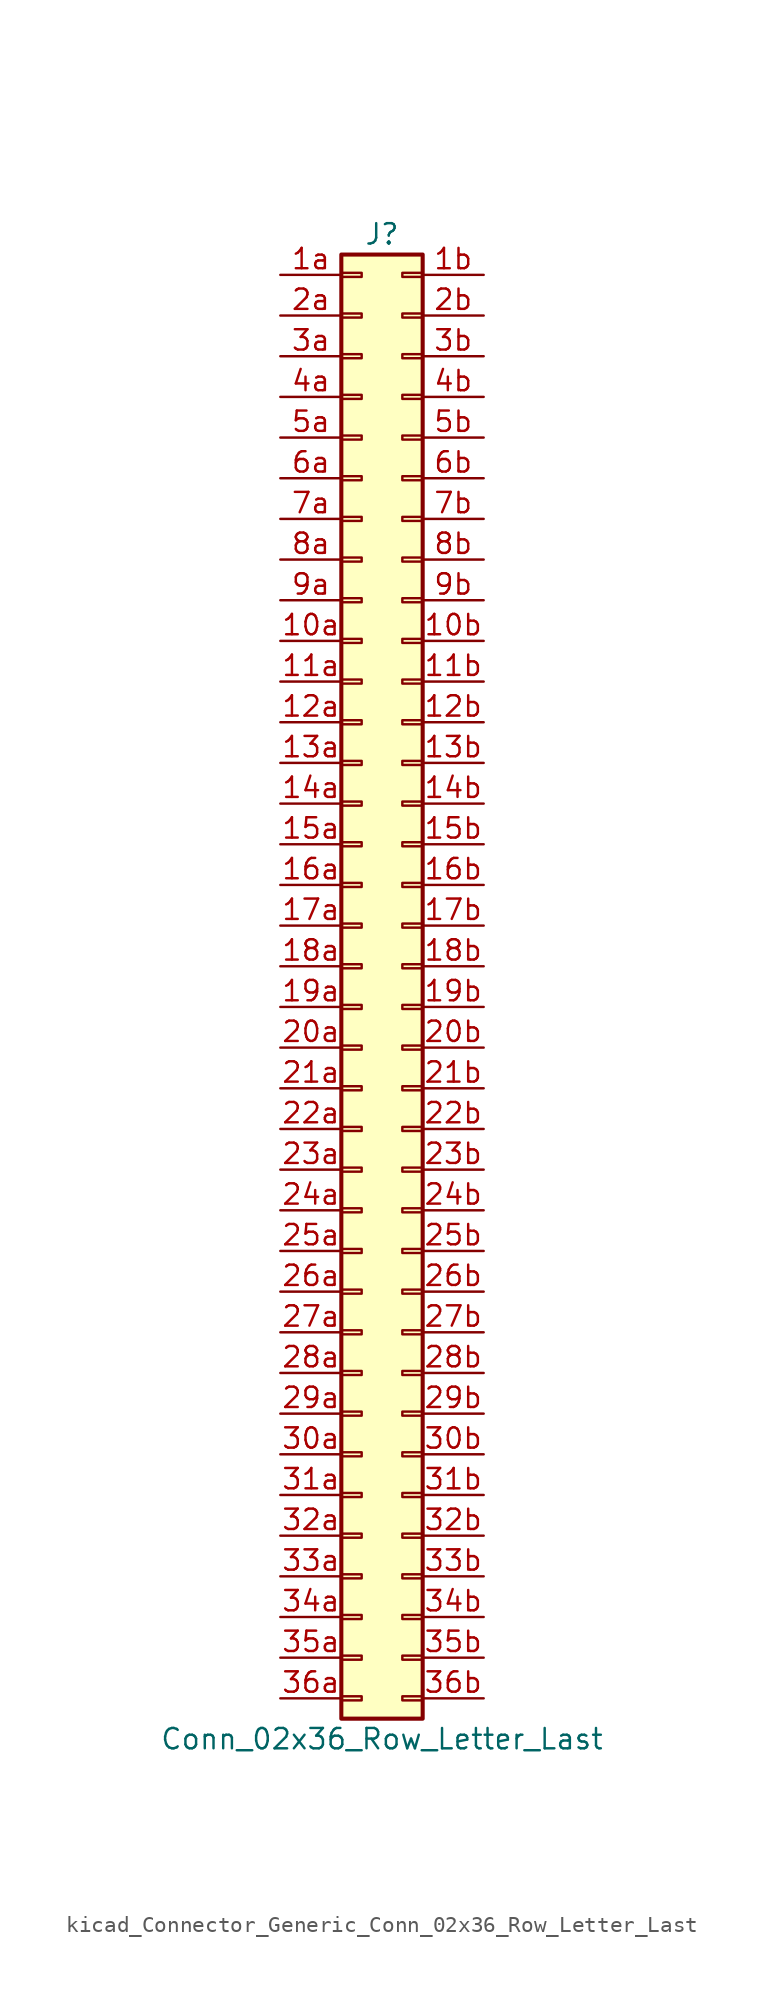
<source format=kicad_sym>
(kicad_symbol_lib
  (version 20220914)
  (generator kicad_symbol_editor)
  (symbol "kicad_Connector_Generic_Conn_02x36_Row_Letter_Last"
    (pin_names
      (offset 1.016) hide)
    (property "Reference" "J"
      (at 1.27 45.72 0)
      (effects (font (size 1.27 1.27))))
    (property "Value" "Conn_02x36_Row_Letter_Last"
      (at 1.27 -48.26 0)
      (effects (font (size 1.27 1.27))))
    (symbol "kicad_Connector_Generic_Conn_02x36_Row_Letter_Last_1_1"
      (rectangle (start -1.27 -45.593) (end 0 -45.847) (stroke (width 0.152) (type default)) (fill (type none)))
      (rectangle (start -1.27 -43.053) (end 0 -43.307) (stroke (width 0.152) (type default)) (fill (type none)))
      (rectangle (start -1.27 -40.513) (end 0 -40.767) (stroke (width 0.152) (type default)) (fill (type none)))
      (rectangle (start -1.27 -37.973) (end 0 -38.227) (stroke (width 0.152) (type default)) (fill (type none)))
      (rectangle (start -1.27 -35.433) (end 0 -35.687) (stroke (width 0.152) (type default)) (fill (type none)))
      (rectangle (start -1.27 -32.893) (end 0 -33.147) (stroke (width 0.152) (type default)) (fill (type none)))
      (rectangle (start -1.27 -30.353) (end 0 -30.607) (stroke (width 0.152) (type default)) (fill (type none)))
      (rectangle (start -1.27 -27.813) (end 0 -28.067) (stroke (width 0.152) (type default)) (fill (type none)))
      (rectangle (start -1.27 -25.273) (end 0 -25.527) (stroke (width 0.152) (type default)) (fill (type none)))
      (rectangle (start -1.27 -22.733) (end 0 -22.987) (stroke (width 0.152) (type default)) (fill (type none)))
      (rectangle (start -1.27 -20.193) (end 0 -20.447) (stroke (width 0.152) (type default)) (fill (type none)))
      (rectangle (start -1.27 -17.653) (end 0 -17.907) (stroke (width 0.152) (type default)) (fill (type none)))
      (rectangle (start -1.27 -15.113) (end 0 -15.367) (stroke (width 0.152) (type default)) (fill (type none)))
      (rectangle (start -1.27 -12.573) (end 0 -12.827) (stroke (width 0.152) (type default)) (fill (type none)))
      (rectangle (start -1.27 -10.033) (end 0 -10.287) (stroke (width 0.152) (type default)) (fill (type none)))
      (rectangle (start -1.27 -7.493) (end 0 -7.747) (stroke (width 0.152) (type default)) (fill (type none)))
      (rectangle (start -1.27 -4.953) (end 0 -5.207) (stroke (width 0.152) (type default)) (fill (type none)))
      (rectangle (start -1.27 -2.413) (end 0 -2.667) (stroke (width 0.152) (type default)) (fill (type none)))
      (rectangle (start -1.27 0.127) (end 0 -0.127) (stroke (width 0.152) (type default)) (fill (type none)))
      (rectangle (start -1.27 2.667) (end 0 2.413) (stroke (width 0.152) (type default)) (fill (type none)))
      (rectangle (start -1.27 5.207) (end 0 4.953) (stroke (width 0.152) (type default)) (fill (type none)))
      (rectangle (start -1.27 7.747) (end 0 7.493) (stroke (width 0.152) (type default)) (fill (type none)))
      (rectangle (start -1.27 10.287) (end 0 10.033) (stroke (width 0.152) (type default)) (fill (type none)))
      (rectangle (start -1.27 12.827) (end 0 12.573) (stroke (width 0.152) (type default)) (fill (type none)))
      (rectangle (start -1.27 15.367) (end 0 15.113) (stroke (width 0.152) (type default)) (fill (type none)))
      (rectangle (start -1.27 17.907) (end 0 17.653) (stroke (width 0.152) (type default)) (fill (type none)))
      (rectangle (start -1.27 20.447) (end 0 20.193) (stroke (width 0.152) (type default)) (fill (type none)))
      (rectangle (start -1.27 22.987) (end 0 22.733) (stroke (width 0.152) (type default)) (fill (type none)))
      (rectangle (start -1.27 25.527) (end 0 25.273) (stroke (width 0.152) (type default)) (fill (type none)))
      (rectangle (start -1.27 28.067) (end 0 27.813) (stroke (width 0.152) (type default)) (fill (type none)))
      (rectangle (start -1.27 30.607) (end 0 30.353) (stroke (width 0.152) (type default)) (fill (type none)))
      (rectangle (start -1.27 33.147) (end 0 32.893) (stroke (width 0.152) (type default)) (fill (type none)))
      (rectangle (start -1.27 35.687) (end 0 35.433) (stroke (width 0.152) (type default)) (fill (type none)))
      (rectangle (start -1.27 38.227) (end 0 37.973) (stroke (width 0.152) (type default)) (fill (type none)))
      (rectangle (start -1.27 40.767) (end 0 40.513) (stroke (width 0.152) (type default)) (fill (type none)))
      (rectangle (start -1.27 43.307) (end 0 43.053) (stroke (width 0.152) (type default)) (fill (type none)))
      (rectangle (start -1.27 44.45) (end 3.81 -46.99) (stroke (width 0.254) (type default)) (fill (type background)))
      (rectangle (start 3.81 -45.593) (end 2.54 -45.847) (stroke (width 0.152) (type default)) (fill (type none)))
      (rectangle (start 3.81 -43.053) (end 2.54 -43.307) (stroke (width 0.152) (type default)) (fill (type none)))
      (rectangle (start 3.81 -40.513) (end 2.54 -40.767) (stroke (width 0.152) (type default)) (fill (type none)))
      (rectangle (start 3.81 -37.973) (end 2.54 -38.227) (stroke (width 0.152) (type default)) (fill (type none)))
      (rectangle (start 3.81 -35.433) (end 2.54 -35.687) (stroke (width 0.152) (type default)) (fill (type none)))
      (rectangle (start 3.81 -32.893) (end 2.54 -33.147) (stroke (width 0.152) (type default)) (fill (type none)))
      (rectangle (start 3.81 -30.353) (end 2.54 -30.607) (stroke (width 0.152) (type default)) (fill (type none)))
      (rectangle (start 3.81 -27.813) (end 2.54 -28.067) (stroke (width 0.152) (type default)) (fill (type none)))
      (rectangle (start 3.81 -25.273) (end 2.54 -25.527) (stroke (width 0.152) (type default)) (fill (type none)))
      (rectangle (start 3.81 -22.733) (end 2.54 -22.987) (stroke (width 0.152) (type default)) (fill (type none)))
      (rectangle (start 3.81 -20.193) (end 2.54 -20.447) (stroke (width 0.152) (type default)) (fill (type none)))
      (rectangle (start 3.81 -17.653) (end 2.54 -17.907) (stroke (width 0.152) (type default)) (fill (type none)))
      (rectangle (start 3.81 -15.113) (end 2.54 -15.367) (stroke (width 0.152) (type default)) (fill (type none)))
      (rectangle (start 3.81 -12.573) (end 2.54 -12.827) (stroke (width 0.152) (type default)) (fill (type none)))
      (rectangle (start 3.81 -10.033) (end 2.54 -10.287) (stroke (width 0.152) (type default)) (fill (type none)))
      (rectangle (start 3.81 -7.493) (end 2.54 -7.747) (stroke (width 0.152) (type default)) (fill (type none)))
      (rectangle (start 3.81 -4.953) (end 2.54 -5.207) (stroke (width 0.152) (type default)) (fill (type none)))
      (rectangle (start 3.81 -2.413) (end 2.54 -2.667) (stroke (width 0.152) (type default)) (fill (type none)))
      (rectangle (start 3.81 0.127) (end 2.54 -0.127) (stroke (width 0.152) (type default)) (fill (type none)))
      (rectangle (start 3.81 2.667) (end 2.54 2.413) (stroke (width 0.152) (type default)) (fill (type none)))
      (rectangle (start 3.81 5.207) (end 2.54 4.953) (stroke (width 0.152) (type default)) (fill (type none)))
      (rectangle (start 3.81 7.747) (end 2.54 7.493) (stroke (width 0.152) (type default)) (fill (type none)))
      (rectangle (start 3.81 10.287) (end 2.54 10.033) (stroke (width 0.152) (type default)) (fill (type none)))
      (rectangle (start 3.81 12.827) (end 2.54 12.573) (stroke (width 0.152) (type default)) (fill (type none)))
      (rectangle (start 3.81 15.367) (end 2.54 15.113) (stroke (width 0.152) (type default)) (fill (type none)))
      (rectangle (start 3.81 17.907) (end 2.54 17.653) (stroke (width 0.152) (type default)) (fill (type none)))
      (rectangle (start 3.81 20.447) (end 2.54 20.193) (stroke (width 0.152) (type default)) (fill (type none)))
      (rectangle (start 3.81 22.987) (end 2.54 22.733) (stroke (width 0.152) (type default)) (fill (type none)))
      (rectangle (start 3.81 25.527) (end 2.54 25.273) (stroke (width 0.152) (type default)) (fill (type none)))
      (rectangle (start 3.81 28.067) (end 2.54 27.813) (stroke (width 0.152) (type default)) (fill (type none)))
      (rectangle (start 3.81 30.607) (end 2.54 30.353) (stroke (width 0.152) (type default)) (fill (type none)))
      (rectangle (start 3.81 33.147) (end 2.54 32.893) (stroke (width 0.152) (type default)) (fill (type none)))
      (rectangle (start 3.81 35.687) (end 2.54 35.433) (stroke (width 0.152) (type default)) (fill (type none)))
      (rectangle (start 3.81 38.227) (end 2.54 37.973) (stroke (width 0.152) (type default)) (fill (type none)))
      (rectangle (start 3.81 40.767) (end 2.54 40.513) (stroke (width 0.152) (type default)) (fill (type none)))
      (rectangle (start 3.81 43.307) (end 2.54 43.053) (stroke (width 0.152) (type default)) (fill (type none)))
      (pin passive line (at -5.08 20.32 0) (length 3.81) (name "Pin_10a" (effects (font (size 1.27 1.27)))) (number "10a" (effects (font (size 1.27 1.27)))))
      (pin passive line (at 7.62 20.32 180) (length 3.81) (name "Pin_10b" (effects (font (size 1.27 1.27)))) (number "10b" (effects (font (size 1.27 1.27)))))
      (pin passive line (at -5.08 17.78 0) (length 3.81) (name "Pin_11a" (effects (font (size 1.27 1.27)))) (number "11a" (effects (font (size 1.27 1.27)))))
      (pin passive line (at 7.62 17.78 180) (length 3.81) (name "Pin_11b" (effects (font (size 1.27 1.27)))) (number "11b" (effects (font (size 1.27 1.27)))))
      (pin passive line (at -5.08 15.24 0) (length 3.81) (name "Pin_12a" (effects (font (size 1.27 1.27)))) (number "12a" (effects (font (size 1.27 1.27)))))
      (pin passive line (at 7.62 15.24 180) (length 3.81) (name "Pin_12b" (effects (font (size 1.27 1.27)))) (number "12b" (effects (font (size 1.27 1.27)))))
      (pin passive line (at -5.08 12.7 0) (length 3.81) (name "Pin_13a" (effects (font (size 1.27 1.27)))) (number "13a" (effects (font (size 1.27 1.27)))))
      (pin passive line (at 7.62 12.7 180) (length 3.81) (name "Pin_13b" (effects (font (size 1.27 1.27)))) (number "13b" (effects (font (size 1.27 1.27)))))
      (pin passive line (at -5.08 10.16 0) (length 3.81) (name "Pin_14a" (effects (font (size 1.27 1.27)))) (number "14a" (effects (font (size 1.27 1.27)))))
      (pin passive line (at 7.62 10.16 180) (length 3.81) (name "Pin_14b" (effects (font (size 1.27 1.27)))) (number "14b" (effects (font (size 1.27 1.27)))))
      (pin passive line (at -5.08 7.62 0) (length 3.81) (name "Pin_15a" (effects (font (size 1.27 1.27)))) (number "15a" (effects (font (size 1.27 1.27)))))
      (pin passive line (at 7.62 7.62 180) (length 3.81) (name "Pin_15b" (effects (font (size 1.27 1.27)))) (number "15b" (effects (font (size 1.27 1.27)))))
      (pin passive line (at -5.08 5.08 0) (length 3.81) (name "Pin_16a" (effects (font (size 1.27 1.27)))) (number "16a" (effects (font (size 1.27 1.27)))))
      (pin passive line (at 7.62 5.08 180) (length 3.81) (name "Pin_16b" (effects (font (size 1.27 1.27)))) (number "16b" (effects (font (size 1.27 1.27)))))
      (pin passive line (at -5.08 2.54 0) (length 3.81) (name "Pin_17a" (effects (font (size 1.27 1.27)))) (number "17a" (effects (font (size 1.27 1.27)))))
      (pin passive line (at 7.62 2.54 180) (length 3.81) (name "Pin_17b" (effects (font (size 1.27 1.27)))) (number "17b" (effects (font (size 1.27 1.27)))))
      (pin passive line (at -5.08 0 0) (length 3.81) (name "Pin_18a" (effects (font (size 1.27 1.27)))) (number "18a" (effects (font (size 1.27 1.27)))))
      (pin passive line (at 7.62 0 180) (length 3.81) (name "Pin_18b" (effects (font (size 1.27 1.27)))) (number "18b" (effects (font (size 1.27 1.27)))))
      (pin passive line (at -5.08 -2.54 0) (length 3.81) (name "Pin_19a" (effects (font (size 1.27 1.27)))) (number "19a" (effects (font (size 1.27 1.27)))))
      (pin passive line (at 7.62 -2.54 180) (length 3.81) (name "Pin_19b" (effects (font (size 1.27 1.27)))) (number "19b" (effects (font (size 1.27 1.27)))))
      (pin passive line (at -5.08 43.18 0) (length 3.81) (name "Pin_1a" (effects (font (size 1.27 1.27)))) (number "1a" (effects (font (size 1.27 1.27)))))
      (pin passive line (at 7.62 43.18 180) (length 3.81) (name "Pin_1b" (effects (font (size 1.27 1.27)))) (number "1b" (effects (font (size 1.27 1.27)))))
      (pin passive line (at -5.08 -5.08 0) (length 3.81) (name "Pin_20a" (effects (font (size 1.27 1.27)))) (number "20a" (effects (font (size 1.27 1.27)))))
      (pin passive line (at 7.62 -5.08 180) (length 3.81) (name "Pin_20b" (effects (font (size 1.27 1.27)))) (number "20b" (effects (font (size 1.27 1.27)))))
      (pin passive line (at -5.08 -7.62 0) (length 3.81) (name "Pin_21a" (effects (font (size 1.27 1.27)))) (number "21a" (effects (font (size 1.27 1.27)))))
      (pin passive line (at 7.62 -7.62 180) (length 3.81) (name "Pin_21b" (effects (font (size 1.27 1.27)))) (number "21b" (effects (font (size 1.27 1.27)))))
      (pin passive line (at -5.08 -10.16 0) (length 3.81) (name "Pin_22a" (effects (font (size 1.27 1.27)))) (number "22a" (effects (font (size 1.27 1.27)))))
      (pin passive line (at 7.62 -10.16 180) (length 3.81) (name "Pin_22b" (effects (font (size 1.27 1.27)))) (number "22b" (effects (font (size 1.27 1.27)))))
      (pin passive line (at -5.08 -12.7 0) (length 3.81) (name "Pin_23a" (effects (font (size 1.27 1.27)))) (number "23a" (effects (font (size 1.27 1.27)))))
      (pin passive line (at 7.62 -12.7 180) (length 3.81) (name "Pin_23b" (effects (font (size 1.27 1.27)))) (number "23b" (effects (font (size 1.27 1.27)))))
      (pin passive line (at -5.08 -15.24 0) (length 3.81) (name "Pin_24a" (effects (font (size 1.27 1.27)))) (number "24a" (effects (font (size 1.27 1.27)))))
      (pin passive line (at 7.62 -15.24 180) (length 3.81) (name "Pin_24b" (effects (font (size 1.27 1.27)))) (number "24b" (effects (font (size 1.27 1.27)))))
      (pin passive line (at -5.08 -17.78 0) (length 3.81) (name "Pin_25a" (effects (font (size 1.27 1.27)))) (number "25a" (effects (font (size 1.27 1.27)))))
      (pin passive line (at 7.62 -17.78 180) (length 3.81) (name "Pin_25b" (effects (font (size 1.27 1.27)))) (number "25b" (effects (font (size 1.27 1.27)))))
      (pin passive line (at -5.08 -20.32 0) (length 3.81) (name "Pin_26a" (effects (font (size 1.27 1.27)))) (number "26a" (effects (font (size 1.27 1.27)))))
      (pin passive line (at 7.62 -20.32 180) (length 3.81) (name "Pin_26b" (effects (font (size 1.27 1.27)))) (number "26b" (effects (font (size 1.27 1.27)))))
      (pin passive line (at -5.08 -22.86 0) (length 3.81) (name "Pin_27a" (effects (font (size 1.27 1.27)))) (number "27a" (effects (font (size 1.27 1.27)))))
      (pin passive line (at 7.62 -22.86 180) (length 3.81) (name "Pin_27b" (effects (font (size 1.27 1.27)))) (number "27b" (effects (font (size 1.27 1.27)))))
      (pin passive line (at -5.08 -25.4 0) (length 3.81) (name "Pin_28a" (effects (font (size 1.27 1.27)))) (number "28a" (effects (font (size 1.27 1.27)))))
      (pin passive line (at 7.62 -25.4 180) (length 3.81) (name "Pin_28b" (effects (font (size 1.27 1.27)))) (number "28b" (effects (font (size 1.27 1.27)))))
      (pin passive line (at -5.08 -27.94 0) (length 3.81) (name "Pin_29a" (effects (font (size 1.27 1.27)))) (number "29a" (effects (font (size 1.27 1.27)))))
      (pin passive line (at 7.62 -27.94 180) (length 3.81) (name "Pin_29b" (effects (font (size 1.27 1.27)))) (number "29b" (effects (font (size 1.27 1.27)))))
      (pin passive line (at -5.08 40.64 0) (length 3.81) (name "Pin_2a" (effects (font (size 1.27 1.27)))) (number "2a" (effects (font (size 1.27 1.27)))))
      (pin passive line (at 7.62 40.64 180) (length 3.81) (name "Pin_2b" (effects (font (size 1.27 1.27)))) (number "2b" (effects (font (size 1.27 1.27)))))
      (pin passive line (at -5.08 -30.48 0) (length 3.81) (name "Pin_30a" (effects (font (size 1.27 1.27)))) (number "30a" (effects (font (size 1.27 1.27)))))
      (pin passive line (at 7.62 -30.48 180) (length 3.81) (name "Pin_30b" (effects (font (size 1.27 1.27)))) (number "30b" (effects (font (size 1.27 1.27)))))
      (pin passive line (at -5.08 -33.02 0) (length 3.81) (name "Pin_31a" (effects (font (size 1.27 1.27)))) (number "31a" (effects (font (size 1.27 1.27)))))
      (pin passive line (at 7.62 -33.02 180) (length 3.81) (name "Pin_31b" (effects (font (size 1.27 1.27)))) (number "31b" (effects (font (size 1.27 1.27)))))
      (pin passive line (at -5.08 -35.56 0) (length 3.81) (name "Pin_32a" (effects (font (size 1.27 1.27)))) (number "32a" (effects (font (size 1.27 1.27)))))
      (pin passive line (at 7.62 -35.56 180) (length 3.81) (name "Pin_32b" (effects (font (size 1.27 1.27)))) (number "32b" (effects (font (size 1.27 1.27)))))
      (pin passive line (at -5.08 -38.1 0) (length 3.81) (name "Pin_33a" (effects (font (size 1.27 1.27)))) (number "33a" (effects (font (size 1.27 1.27)))))
      (pin passive line (at 7.62 -38.1 180) (length 3.81) (name "Pin_33b" (effects (font (size 1.27 1.27)))) (number "33b" (effects (font (size 1.27 1.27)))))
      (pin passive line (at -5.08 -40.64 0) (length 3.81) (name "Pin_34a" (effects (font (size 1.27 1.27)))) (number "34a" (effects (font (size 1.27 1.27)))))
      (pin passive line (at 7.62 -40.64 180) (length 3.81) (name "Pin_34b" (effects (font (size 1.27 1.27)))) (number "34b" (effects (font (size 1.27 1.27)))))
      (pin passive line (at -5.08 -43.18 0) (length 3.81) (name "Pin_35a" (effects (font (size 1.27 1.27)))) (number "35a" (effects (font (size 1.27 1.27)))))
      (pin passive line (at 7.62 -43.18 180) (length 3.81) (name "Pin_35b" (effects (font (size 1.27 1.27)))) (number "35b" (effects (font (size 1.27 1.27)))))
      (pin passive line (at -5.08 -45.72 0) (length 3.81) (name "Pin_36a" (effects (font (size 1.27 1.27)))) (number "36a" (effects (font (size 1.27 1.27)))))
      (pin passive line (at 7.62 -45.72 180) (length 3.81) (name "Pin_36b" (effects (font (size 1.27 1.27)))) (number "36b" (effects (font (size 1.27 1.27)))))
      (pin passive line (at -5.08 38.1 0) (length 3.81) (name "Pin_3a" (effects (font (size 1.27 1.27)))) (number "3a" (effects (font (size 1.27 1.27)))))
      (pin passive line (at 7.62 38.1 180) (length 3.81) (name "Pin_3b" (effects (font (size 1.27 1.27)))) (number "3b" (effects (font (size 1.27 1.27)))))
      (pin passive line (at -5.08 35.56 0) (length 3.81) (name "Pin_4a" (effects (font (size 1.27 1.27)))) (number "4a" (effects (font (size 1.27 1.27)))))
      (pin passive line (at 7.62 35.56 180) (length 3.81) (name "Pin_4b" (effects (font (size 1.27 1.27)))) (number "4b" (effects (font (size 1.27 1.27)))))
      (pin passive line (at -5.08 33.02 0) (length 3.81) (name "Pin_5a" (effects (font (size 1.27 1.27)))) (number "5a" (effects (font (size 1.27 1.27)))))
      (pin passive line (at 7.62 33.02 180) (length 3.81) (name "Pin_5b" (effects (font (size 1.27 1.27)))) (number "5b" (effects (font (size 1.27 1.27)))))
      (pin passive line (at -5.08 30.48 0) (length 3.81) (name "Pin_6a" (effects (font (size 1.27 1.27)))) (number "6a" (effects (font (size 1.27 1.27)))))
      (pin passive line (at 7.62 30.48 180) (length 3.81) (name "Pin_6b" (effects (font (size 1.27 1.27)))) (number "6b" (effects (font (size 1.27 1.27)))))
      (pin passive line (at -5.08 27.94 0) (length 3.81) (name "Pin_7a" (effects (font (size 1.27 1.27)))) (number "7a" (effects (font (size 1.27 1.27)))))
      (pin passive line (at 7.62 27.94 180) (length 3.81) (name "Pin_7b" (effects (font (size 1.27 1.27)))) (number "7b" (effects (font (size 1.27 1.27)))))
      (pin passive line (at -5.08 25.4 0) (length 3.81) (name "Pin_8a" (effects (font (size 1.27 1.27)))) (number "8a" (effects (font (size 1.27 1.27)))))
      (pin passive line (at 7.62 25.4 180) (length 3.81) (name "Pin_8b" (effects (font (size 1.27 1.27)))) (number "8b" (effects (font (size 1.27 1.27)))))
      (pin passive line (at -5.08 22.86 0) (length 3.81) (name "Pin_9a" (effects (font (size 1.27 1.27)))) (number "9a" (effects (font (size 1.27 1.27)))))
      (pin passive line (at 7.62 22.86 180) (length 3.81) (name "Pin_9b" (effects (font (size 1.27 1.27)))) (number "9b" (effects (font (size 1.27 1.27))))))))
</source>
